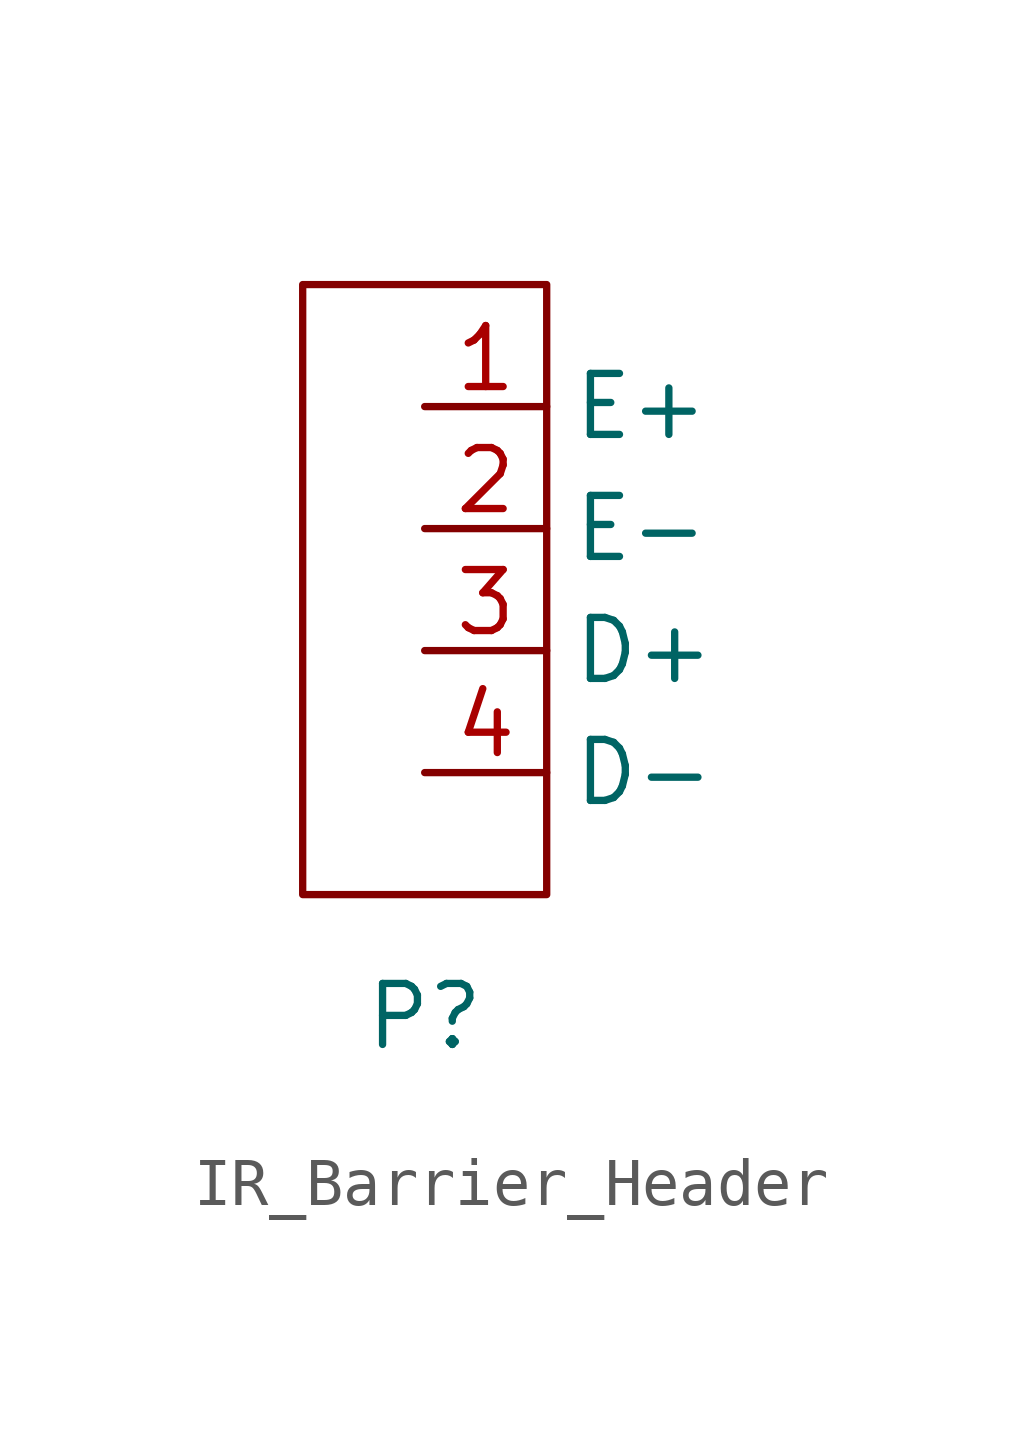
<source format=kicad_sym>
(kicad_symbol_lib
  (version 20220914)
  (generator kicad_symbol_editor)
  (symbol "IR_Barrier_Header"
    (property "Reference" "P"
      (at 0 -15.24 0)
      (effects (font (size 1.27 1.27))))
    (property "Value" ""
      (at 0 0 0)
      (effects (font (size 1.27 1.27))))
    (symbol "IR_Barrier_Header_0_1"
      (rectangle (start -2.54 0) (end 2.54 -12.7) (stroke (width 0) (type default)) (fill (type none))))
    (symbol "IR_Barrier_Header_1_1"
      (pin power_out line (at 0 -2.54 0) (length 2.54) (name "E+" (effects (font (size 1.27 1.27)))) (number "1" (effects (font (size 1.27 1.27)))))
      (pin power_out line (at 0 -5.08 0) (length 2.54) (name "E-" (effects (font (size 1.27 1.27)))) (number "2" (effects (font (size 1.27 1.27)))))
      (pin power_out line (at 0 -7.62 0) (length 2.54) (name "D+" (effects (font (size 1.27 1.27)))) (number "3" (effects (font (size 1.27 1.27)))))
      (pin input line (at 0 -10.16 0) (length 2.54) (name "D-" (effects (font (size 1.27 1.27)))) (number "4" (effects (font (size 1.27 1.27))))))))
</source>
